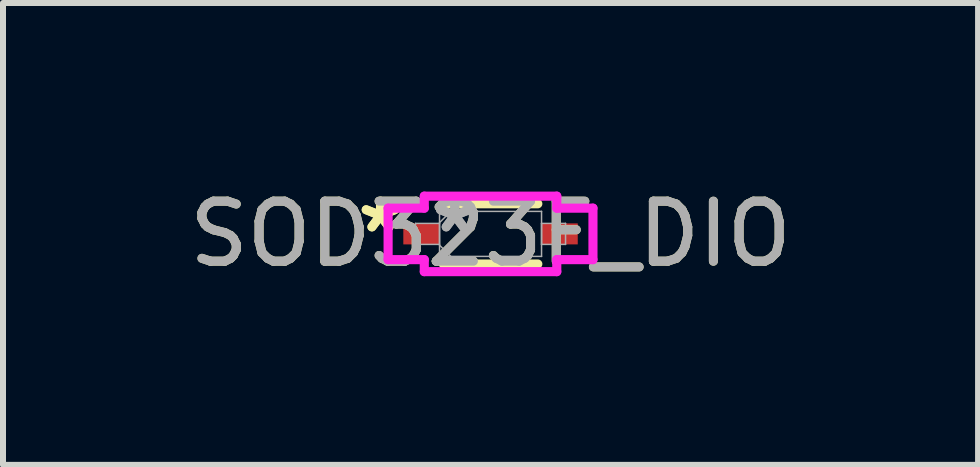
<source format=kicad_pcb>
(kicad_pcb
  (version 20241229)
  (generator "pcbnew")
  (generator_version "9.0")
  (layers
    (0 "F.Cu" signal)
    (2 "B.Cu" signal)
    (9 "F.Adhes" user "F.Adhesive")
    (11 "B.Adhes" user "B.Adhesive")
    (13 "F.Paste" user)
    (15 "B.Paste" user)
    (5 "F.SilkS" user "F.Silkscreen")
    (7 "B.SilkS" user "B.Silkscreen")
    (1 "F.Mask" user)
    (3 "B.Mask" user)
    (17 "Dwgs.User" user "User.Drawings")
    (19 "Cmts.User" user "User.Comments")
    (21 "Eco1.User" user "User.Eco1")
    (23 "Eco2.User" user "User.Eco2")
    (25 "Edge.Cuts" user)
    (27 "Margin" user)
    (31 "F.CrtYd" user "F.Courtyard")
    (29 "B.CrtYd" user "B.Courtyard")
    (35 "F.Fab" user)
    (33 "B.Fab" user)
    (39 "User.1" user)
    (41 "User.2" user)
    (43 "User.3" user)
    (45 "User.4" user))
  (footprint "SOD323F_DIO"
    (layer "F.Cu")
    (at 5.125 0.848)
    (property "Reference" "SOD323F_DIO" (at 0 0 0) (unlocked yes) (layer "F.SilkS") (effects (font (size 1 1) (thickness 0.15))))
    (attr smd)
    (fp_line (start -0.788 0.502) (end 0.788 0.502) (stroke (width 0.152) (type solid)) (layer "F.SilkS"))
    (fp_line (start 0.788 -0.502) (end -0.788 -0.502) (stroke (width 0.152) (type solid)) (layer "F.SilkS"))
    (fp_line (start -1.707 -0.429) (end -1.104 -0.429) (stroke (width 0.152) (type solid)) (layer "F.CrtYd"))
    (fp_line (start -1.707 0.429) (end -1.707 -0.429) (stroke (width 0.152) (type solid)) (layer "F.CrtYd"))
    (fp_line (start -1.104 -0.629) (end 1.104 -0.629) (stroke (width 0.152) (type solid)) (layer "F.CrtYd"))
    (fp_line (start -1.104 -0.429) (end -1.104 -0.629) (stroke (width 0.152) (type solid)) (layer "F.CrtYd"))
    (fp_line (start -1.104 0.429) (end -1.707 0.429) (stroke (width 0.152) (type solid)) (layer "F.CrtYd"))
    (fp_line (start -1.104 0.629) (end -1.104 0.429) (stroke (width 0.152) (type solid)) (layer "F.CrtYd"))
    (fp_line (start 1.104 -0.629) (end 1.104 -0.429) (stroke (width 0.152) (type solid)) (layer "F.CrtYd"))
    (fp_line (start 1.104 -0.429) (end 1.707 -0.429) (stroke (width 0.152) (type solid)) (layer "F.CrtYd"))
    (fp_line (start 1.104 0.429) (end 1.104 0.629) (stroke (width 0.152) (type solid)) (layer "F.CrtYd"))
    (fp_line (start 1.104 0.629) (end -1.104 0.629) (stroke (width 0.152) (type solid)) (layer "F.CrtYd"))
    (fp_line (start 1.707 -0.429) (end 1.707 0.429) (stroke (width 0.152) (type solid)) (layer "F.CrtYd"))
    (fp_line (start 1.707 0.429) (end 1.104 0.429) (stroke (width 0.152) (type solid)) (layer "F.CrtYd"))
    (fp_line (start -1.25 -0.175) (end -1.25 0.175) (stroke (width 0.025) (type solid)) (layer "F.Fab"))
    (fp_line (start -1.25 0.175) (end -0.85 0.175) (stroke (width 0.025) (type solid)) (layer "F.Fab"))
    (fp_line (start -0.85 -0.375) (end -0.85 0.375) (stroke (width 0.025) (type solid)) (layer "F.Fab"))
    (fp_line (start -0.85 -0.188) (end -0.662 -0.375) (stroke (width 0.025) (type solid)) (layer "F.Fab"))
    (fp_line (start -0.85 -0.175) (end -1.25 -0.175) (stroke (width 0.025) (type solid)) (layer "F.Fab"))
    (fp_line (start -0.85 0.175) (end -0.85 -0.175) (stroke (width 0.025) (type solid)) (layer "F.Fab"))
    (fp_line (start -0.85 0.188) (end -0.662 0.375) (stroke (width 0.025) (type solid)) (layer "F.Fab"))
    (fp_line (start -0.85 0.375) (end 0.85 0.375) (stroke (width 0.025) (type solid)) (layer "F.Fab"))
    (fp_line (start 0.85 -0.375) (end -0.85 -0.375) (stroke (width 0.025) (type solid)) (layer "F.Fab"))
    (fp_line (start 0.85 -0.175) (end 0.85 0.175) (stroke (width 0.025) (type solid)) (layer "F.Fab"))
    (fp_line (start 0.85 0.175) (end 1.25 0.175) (stroke (width 0.025) (type solid)) (layer "F.Fab"))
    (fp_line (start 0.85 0.375) (end 0.85 -0.375) (stroke (width 0.025) (type solid)) (layer "F.Fab"))
    (fp_line (start 1.25 -0.175) (end 0.85 -0.175) (stroke (width 0.025) (type solid)) (layer "F.Fab"))
    (fp_line (start 1.25 0.175) (end 1.25 -0.175) (stroke (width 0.025) (type solid)) (layer "F.Fab"))
    (fp_text user "*" (at -1.834 0 0) (unlocked yes) (layer "F.SilkS") (effects (font (size 1 1) (thickness 0.15))))
    (fp_text user "*" (at -1.834 0 0) (layer "F.SilkS") (effects (font (size 1 1) (thickness 0.15))))
    (fp_text user "${REFERENCE}" (at 0 0 0) (unlocked yes) (layer "F.Fab") (effects (font (size 1 1) (thickness 0.15))))
    (fp_text user "*" (at -0.596 0 0) (unlocked yes) (layer "F.Fab") (effects (font (size 1 1) (thickness 0.15))))
    (fp_text user "*" (at -0.596 0 0) (layer "F.Fab") (effects (font (size 1 1) (thickness 0.15))))
    (pad "1" smd rect (at -1.152 0) (size 0.603 0.35) (layers "F.Cu" "F.Mask" "F.Paste"))
    (pad "2" smd rect (at 1.152 0) (size 0.603 0.35) (layers "F.Cu" "F.Mask" "F.Paste"))
    (zone (net_name "") (layer "F.Cu") (hatch full 0.508) (connect_pads) (min_thickness 0.254) (filled_areas_thickness no) (keepout (tracks not_allowed) (vias not_allowed) (pads allowed) (copperpour not_allowed) (footprints allowed)) (placement (enabled no)) (fill) (polygon (pts (xy 4.326 0.524) (xy 5.924 0.524) (xy 5.924 1.172) (xy 4.326 1.172)))))
  (gr_rect
    (start -3 -3)
    (end 13.25 4.697)
    (stroke (width 0.1) (type default))
    (fill no)
    (layer "Edge.Cuts")))
</source>
